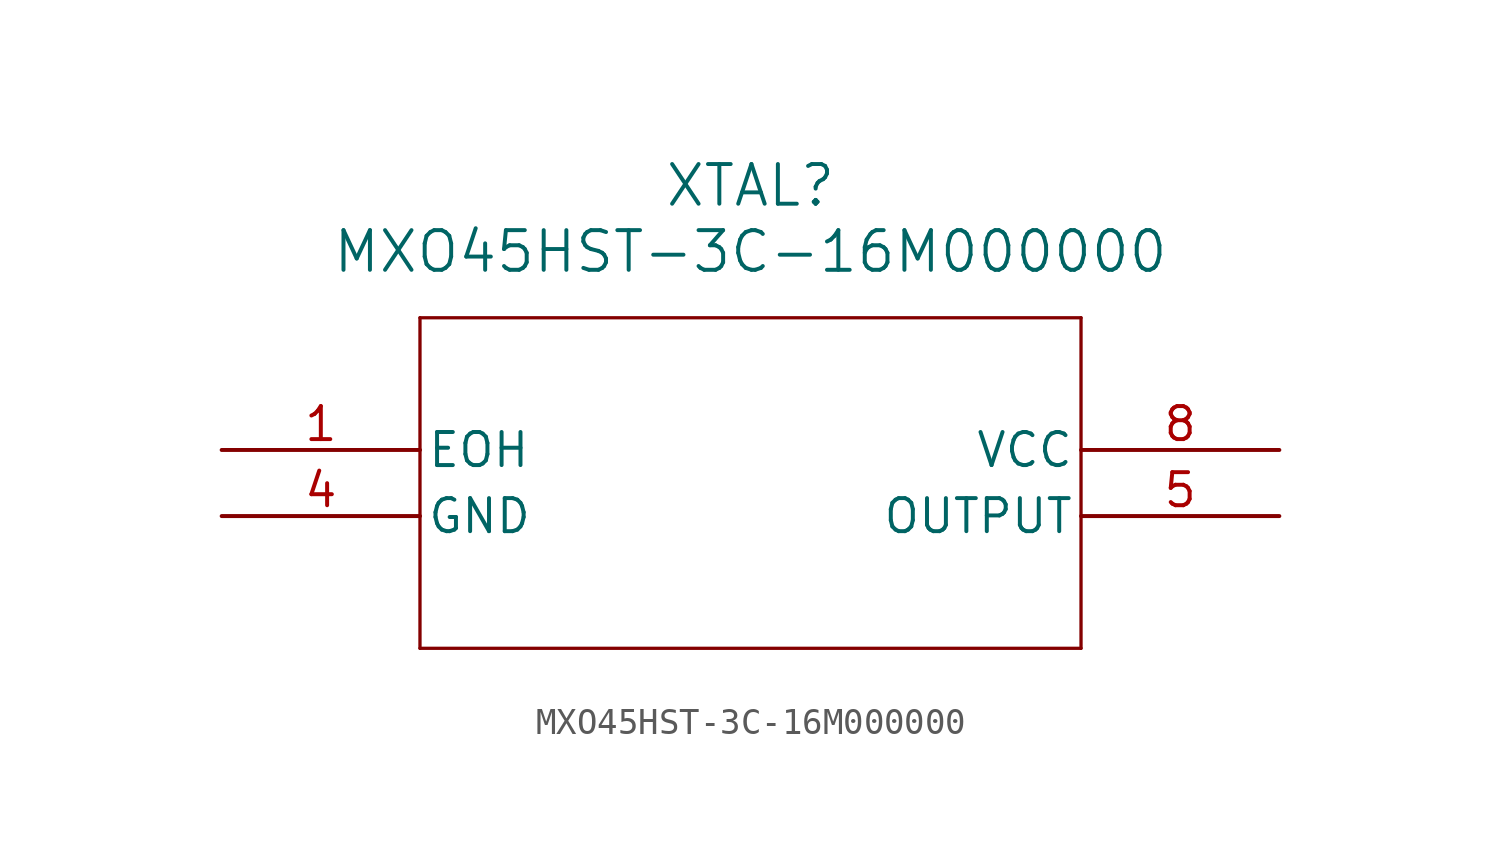
<source format=kicad_sym>
(kicad_symbol_lib
  (version 20231120)
  (generator "kicad_symbol_editor")
  (generator_version "8.0")
  (symbol "MXO45HST-3C-16M000000"
    (pin_names
      (offset 0.254))
    (property "Reference" "XTAL"
      (at 20.32 10.16 0)
      (effects (font (size 1.524 1.524))))
    (property "Value" "MXO45HST-3C-16M000000"
      (at 20.32 7.62 0)
      (effects (font (size 1.524 1.524))))
    (property "ki_locked" ""
      (at 0 0 0)
      (effects (font (size 1.27 1.27))))
    (symbol "MXO45HST-3C-16M000000_0_1"
      (polyline (pts (xy 7.62 -7.62) (xy 33.02 -7.62)) (stroke (width 0.127) (type default)) (fill (type none)))
      (polyline (pts (xy 7.62 5.08) (xy 7.62 -7.62)) (stroke (width 0.127) (type default)) (fill (type none)))
      (polyline (pts (xy 33.02 -7.62) (xy 33.02 5.08)) (stroke (width 0.127) (type default)) (fill (type none)))
      (polyline (pts (xy 33.02 5.08) (xy 7.62 5.08)) (stroke (width 0.127) (type default)) (fill (type none)))
      (pin input line (at 0 0 0) (length 7.62) (name "EOH" (effects (font (size 1.27 1.27)))) (number "1" (effects (font (size 1.27 1.27)))))
      (pin power_out line (at 0 -2.54 0) (length 7.62) (name "GND" (effects (font (size 1.27 1.27)))) (number "4" (effects (font (size 1.27 1.27)))))
      (pin output line (at 40.64 -2.54 180) (length 7.62) (name "OUTPUT" (effects (font (size 1.27 1.27)))) (number "5" (effects (font (size 1.27 1.27)))))
      (pin power_in line (at 40.64 0 180) (length 7.62) (name "VCC" (effects (font (size 1.27 1.27)))) (number "8" (effects (font (size 1.27 1.27))))))))
</source>
